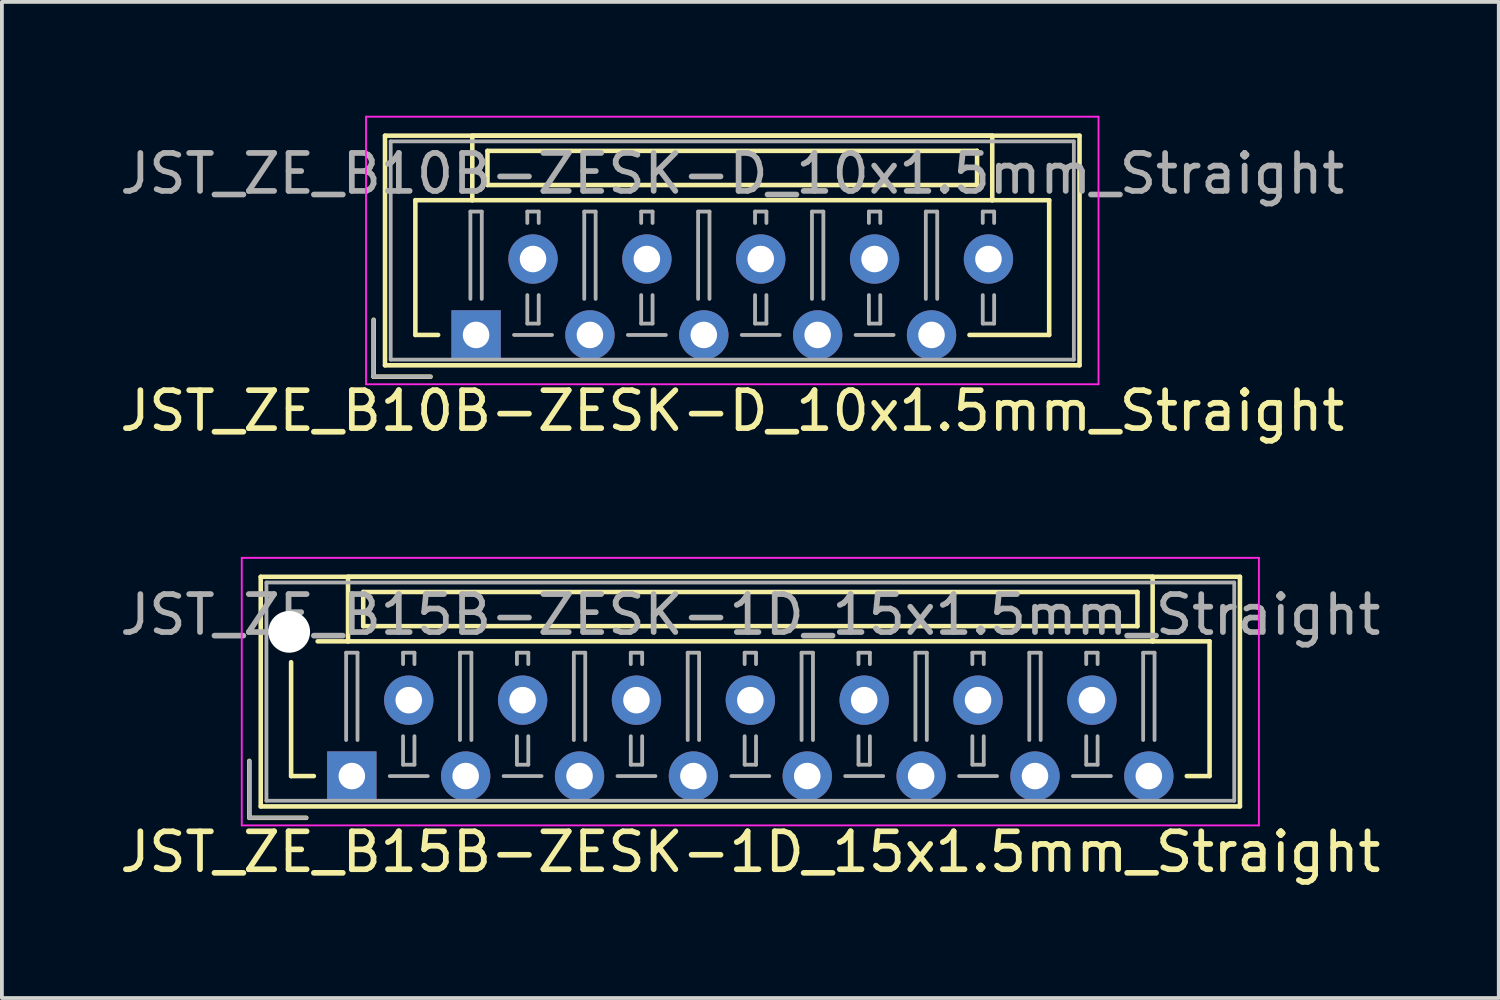
<source format=kicad_pcb>
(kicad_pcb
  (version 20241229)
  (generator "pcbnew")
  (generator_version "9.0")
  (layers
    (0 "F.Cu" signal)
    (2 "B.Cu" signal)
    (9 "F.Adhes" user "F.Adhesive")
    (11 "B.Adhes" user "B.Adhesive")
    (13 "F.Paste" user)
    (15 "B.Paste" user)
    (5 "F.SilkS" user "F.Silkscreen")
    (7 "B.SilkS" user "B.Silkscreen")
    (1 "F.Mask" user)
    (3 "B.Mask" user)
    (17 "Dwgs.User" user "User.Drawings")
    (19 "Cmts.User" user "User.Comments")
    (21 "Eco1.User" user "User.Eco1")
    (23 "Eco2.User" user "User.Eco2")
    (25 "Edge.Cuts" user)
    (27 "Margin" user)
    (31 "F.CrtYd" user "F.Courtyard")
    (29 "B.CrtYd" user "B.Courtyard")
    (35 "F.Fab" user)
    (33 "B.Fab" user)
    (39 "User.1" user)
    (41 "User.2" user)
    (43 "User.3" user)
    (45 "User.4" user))
  (footprint "JST_ZE_B15B-ZESK-1D_15x1.5mm_Straight"
    (layer "F.Cu")
    (at 6.22 17.398)
    (property "Reference" "JST_ZE_B15B-ZESK-1D_15x1.5mm_Straight" (at 10.5 2 0) (layer "F.SilkS") (effects (font (size 1 1) (thickness 0.15))))
    (attr through_hole)
    (fp_line (start -2.7 -0.4) (end -2.7 1.1) (stroke (width 0.12) (type solid)) (layer "F.SilkS"))
    (fp_line (start -2.7 1.1) (end -1.2 1.1) (stroke (width 0.12) (type solid)) (layer "F.SilkS"))
    (fp_line (start -2.4 -5.25) (end -2.4 0.8) (stroke (width 0.12) (type solid)) (layer "F.SilkS"))
    (fp_line (start -2.4 0.8) (end 23.4 0.8) (stroke (width 0.12) (type solid)) (layer "F.SilkS"))
    (fp_line (start -1.6 -3) (end -1.6 0) (stroke (width 0.12) (type solid)) (layer "F.SilkS"))
    (fp_line (start -1.6 0) (end -1 0) (stroke (width 0.12) (type solid)) (layer "F.SilkS"))
    (fp_line (start -0.1 -5.25) (end -0.1 -3.55) (stroke (width 0.12) (type solid)) (layer "F.SilkS"))
    (fp_line (start -0.1 -3.55) (end -0.9 -3.55) (stroke (width 0.12) (type solid)) (layer "F.SilkS"))
    (fp_line (start -0.1 -3.55) (end 21.1 -3.55) (stroke (width 0.12) (type solid)) (layer "F.SilkS"))
    (fp_line (start 0.3 -4.85) (end 0.3 -3.95) (stroke (width 0.12) (type solid)) (layer "F.SilkS"))
    (fp_line (start 0.3 -3.95) (end 20.7 -3.95) (stroke (width 0.12) (type solid)) (layer "F.SilkS"))
    (fp_line (start 20.7 -4.85) (end 0.3 -4.85) (stroke (width 0.12) (type solid)) (layer "F.SilkS"))
    (fp_line (start 20.7 -3.95) (end 20.7 -4.85) (stroke (width 0.12) (type solid)) (layer "F.SilkS"))
    (fp_line (start 21.1 -5.25) (end -0.1 -5.25) (stroke (width 0.12) (type solid)) (layer "F.SilkS"))
    (fp_line (start 21.1 -3.55) (end 21.1 -5.25) (stroke (width 0.12) (type solid)) (layer "F.SilkS"))
    (fp_line (start 21.1 -3.55) (end 22.6 -3.55) (stroke (width 0.12) (type solid)) (layer "F.SilkS"))
    (fp_line (start 22.6 -3.55) (end 22.6 0) (stroke (width 0.12) (type solid)) (layer "F.SilkS"))
    (fp_line (start 22.6 0) (end 22 0) (stroke (width 0.12) (type solid)) (layer "F.SilkS"))
    (fp_line (start 23.4 -5.25) (end -2.4 -5.25) (stroke (width 0.12) (type solid)) (layer "F.SilkS"))
    (fp_line (start 23.4 0.8) (end 23.4 -5.25) (stroke (width 0.12) (type solid)) (layer "F.SilkS"))
    (fp_line (start -2.9 -5.75) (end -2.9 1.3) (stroke (width 0.05) (type solid)) (layer "F.CrtYd"))
    (fp_line (start -2.9 1.3) (end 23.9 1.3) (stroke (width 0.05) (type solid)) (layer "F.CrtYd"))
    (fp_line (start 23.9 -5.75) (end -2.9 -5.75) (stroke (width 0.05) (type solid)) (layer "F.CrtYd"))
    (fp_line (start 23.9 1.3) (end 23.9 -5.75) (stroke (width 0.05) (type solid)) (layer "F.CrtYd"))
    (fp_line (start -2.7 -0.4) (end -2.7 1.1) (stroke (width 0.1) (type solid)) (layer "F.Fab"))
    (fp_line (start -2.7 1.1) (end -1.2 1.1) (stroke (width 0.1) (type solid)) (layer "F.Fab"))
    (fp_line (start -2.25 -5.1) (end -2.25 0.65) (stroke (width 0.1) (type solid)) (layer "F.Fab"))
    (fp_line (start -2.25 0.65) (end 23.25 0.65) (stroke (width 0.1) (type solid)) (layer "F.Fab"))
    (fp_line (start -0.15 -3.25) (end 0.15 -3.25) (stroke (width 0.1) (type solid)) (layer "F.Fab"))
    (fp_line (start -0.15 -0.95) (end -0.15 -3.25) (stroke (width 0.1) (type solid)) (layer "F.Fab"))
    (fp_line (start 0.15 -3.25) (end 0.15 -0.95) (stroke (width 0.1) (type solid)) (layer "F.Fab"))
    (fp_line (start 1 0) (end 2 0) (stroke (width 0.1) (type solid)) (layer "F.Fab"))
    (fp_line (start 1.35 -3.25) (end 1.65 -3.25) (stroke (width 0.1) (type solid)) (layer "F.Fab"))
    (fp_line (start 1.35 -2.95) (end 1.35 -3.25) (stroke (width 0.1) (type solid)) (layer "F.Fab"))
    (fp_line (start 1.35 -1.05) (end 1.35 -0.3) (stroke (width 0.1) (type solid)) (layer "F.Fab"))
    (fp_line (start 1.35 -0.3) (end 1.65 -0.3) (stroke (width 0.1) (type solid)) (layer "F.Fab"))
    (fp_line (start 1.65 -3.25) (end 1.65 -2.95) (stroke (width 0.1) (type solid)) (layer "F.Fab"))
    (fp_line (start 1.65 -0.3) (end 1.65 -1.05) (stroke (width 0.1) (type solid)) (layer "F.Fab"))
    (fp_line (start 2.85 -3.25) (end 3.15 -3.25) (stroke (width 0.1) (type solid)) (layer "F.Fab"))
    (fp_line (start 2.85 -0.95) (end 2.85 -3.25) (stroke (width 0.1) (type solid)) (layer "F.Fab"))
    (fp_line (start 3.15 -3.25) (end 3.15 -0.95) (stroke (width 0.1) (type solid)) (layer "F.Fab"))
    (fp_line (start 4 0) (end 5 0) (stroke (width 0.1) (type solid)) (layer "F.Fab"))
    (fp_line (start 4.35 -3.25) (end 4.65 -3.25) (stroke (width 0.1) (type solid)) (layer "F.Fab"))
    (fp_line (start 4.35 -2.95) (end 4.35 -3.25) (stroke (width 0.1) (type solid)) (layer "F.Fab"))
    (fp_line (start 4.35 -1.05) (end 4.35 -0.3) (stroke (width 0.1) (type solid)) (layer "F.Fab"))
    (fp_line (start 4.35 -0.3) (end 4.65 -0.3) (stroke (width 0.1) (type solid)) (layer "F.Fab"))
    (fp_line (start 4.65 -3.25) (end 4.65 -2.95) (stroke (width 0.1) (type solid)) (layer "F.Fab"))
    (fp_line (start 4.65 -0.3) (end 4.65 -1.05) (stroke (width 0.1) (type solid)) (layer "F.Fab"))
    (fp_line (start 5.85 -3.25) (end 6.15 -3.25) (stroke (width 0.1) (type solid)) (layer "F.Fab"))
    (fp_line (start 5.85 -0.95) (end 5.85 -3.25) (stroke (width 0.1) (type solid)) (layer "F.Fab"))
    (fp_line (start 6.15 -3.25) (end 6.15 -0.95) (stroke (width 0.1) (type solid)) (layer "F.Fab"))
    (fp_line (start 7 0) (end 8 0) (stroke (width 0.1) (type solid)) (layer "F.Fab"))
    (fp_line (start 7.35 -3.25) (end 7.65 -3.25) (stroke (width 0.1) (type solid)) (layer "F.Fab"))
    (fp_line (start 7.35 -2.95) (end 7.35 -3.25) (stroke (width 0.1) (type solid)) (layer "F.Fab"))
    (fp_line (start 7.35 -1.05) (end 7.35 -0.3) (stroke (width 0.1) (type solid)) (layer "F.Fab"))
    (fp_line (start 7.35 -0.3) (end 7.65 -0.3) (stroke (width 0.1) (type solid)) (layer "F.Fab"))
    (fp_line (start 7.65 -3.25) (end 7.65 -2.95) (stroke (width 0.1) (type solid)) (layer "F.Fab"))
    (fp_line (start 7.65 -0.3) (end 7.65 -1.05) (stroke (width 0.1) (type solid)) (layer "F.Fab"))
    (fp_line (start 8.85 -3.25) (end 9.15 -3.25) (stroke (width 0.1) (type solid)) (layer "F.Fab"))
    (fp_line (start 8.85 -0.95) (end 8.85 -3.25) (stroke (width 0.1) (type solid)) (layer "F.Fab"))
    (fp_line (start 9.15 -3.25) (end 9.15 -0.95) (stroke (width 0.1) (type solid)) (layer "F.Fab"))
    (fp_line (start 10 0) (end 11 0) (stroke (width 0.1) (type solid)) (layer "F.Fab"))
    (fp_line (start 10.35 -3.25) (end 10.65 -3.25) (stroke (width 0.1) (type solid)) (layer "F.Fab"))
    (fp_line (start 10.35 -2.95) (end 10.35 -3.25) (stroke (width 0.1) (type solid)) (layer "F.Fab"))
    (fp_line (start 10.35 -1.05) (end 10.35 -0.3) (stroke (width 0.1) (type solid)) (layer "F.Fab"))
    (fp_line (start 10.35 -0.3) (end 10.65 -0.3) (stroke (width 0.1) (type solid)) (layer "F.Fab"))
    (fp_line (start 10.65 -3.25) (end 10.65 -2.95) (stroke (width 0.1) (type solid)) (layer "F.Fab"))
    (fp_line (start 10.65 -0.3) (end 10.65 -1.05) (stroke (width 0.1) (type solid)) (layer "F.Fab"))
    (fp_line (start 11.85 -3.25) (end 12.15 -3.25) (stroke (width 0.1) (type solid)) (layer "F.Fab"))
    (fp_line (start 11.85 -0.95) (end 11.85 -3.25) (stroke (width 0.1) (type solid)) (layer "F.Fab"))
    (fp_line (start 12.15 -3.25) (end 12.15 -0.95) (stroke (width 0.1) (type solid)) (layer "F.Fab"))
    (fp_line (start 13 0) (end 14 0) (stroke (width 0.1) (type solid)) (layer "F.Fab"))
    (fp_line (start 13.35 -3.25) (end 13.65 -3.25) (stroke (width 0.1) (type solid)) (layer "F.Fab"))
    (fp_line (start 13.35 -2.95) (end 13.35 -3.25) (stroke (width 0.1) (type solid)) (layer "F.Fab"))
    (fp_line (start 13.35 -1.05) (end 13.35 -0.3) (stroke (width 0.1) (type solid)) (layer "F.Fab"))
    (fp_line (start 13.35 -0.3) (end 13.65 -0.3) (stroke (width 0.1) (type solid)) (layer "F.Fab"))
    (fp_line (start 13.65 -3.25) (end 13.65 -2.95) (stroke (width 0.1) (type solid)) (layer "F.Fab"))
    (fp_line (start 13.65 -0.3) (end 13.65 -1.05) (stroke (width 0.1) (type solid)) (layer "F.Fab"))
    (fp_line (start 14.85 -3.25) (end 15.15 -3.25) (stroke (width 0.1) (type solid)) (layer "F.Fab"))
    (fp_line (start 14.85 -0.95) (end 14.85 -3.25) (stroke (width 0.1) (type solid)) (layer "F.Fab"))
    (fp_line (start 15.15 -3.25) (end 15.15 -0.95) (stroke (width 0.1) (type solid)) (layer "F.Fab"))
    (fp_line (start 16 0) (end 17 0) (stroke (width 0.1) (type solid)) (layer "F.Fab"))
    (fp_line (start 16.35 -3.25) (end 16.65 -3.25) (stroke (width 0.1) (type solid)) (layer "F.Fab"))
    (fp_line (start 16.35 -2.95) (end 16.35 -3.25) (stroke (width 0.1) (type solid)) (layer "F.Fab"))
    (fp_line (start 16.35 -1.05) (end 16.35 -0.3) (stroke (width 0.1) (type solid)) (layer "F.Fab"))
    (fp_line (start 16.35 -0.3) (end 16.65 -0.3) (stroke (width 0.1) (type solid)) (layer "F.Fab"))
    (fp_line (start 16.65 -3.25) (end 16.65 -2.95) (stroke (width 0.1) (type solid)) (layer "F.Fab"))
    (fp_line (start 16.65 -0.3) (end 16.65 -1.05) (stroke (width 0.1) (type solid)) (layer "F.Fab"))
    (fp_line (start 17.85 -3.25) (end 18.15 -3.25) (stroke (width 0.1) (type solid)) (layer "F.Fab"))
    (fp_line (start 17.85 -0.95) (end 17.85 -3.25) (stroke (width 0.1) (type solid)) (layer "F.Fab"))
    (fp_line (start 18.15 -3.25) (end 18.15 -0.95) (stroke (width 0.1) (type solid)) (layer "F.Fab"))
    (fp_line (start 19 0) (end 20 0) (stroke (width 0.1) (type solid)) (layer "F.Fab"))
    (fp_line (start 19.35 -3.25) (end 19.65 -3.25) (stroke (width 0.1) (type solid)) (layer "F.Fab"))
    (fp_line (start 19.35 -2.95) (end 19.35 -3.25) (stroke (width 0.1) (type solid)) (layer "F.Fab"))
    (fp_line (start 19.35 -1.05) (end 19.35 -0.3) (stroke (width 0.1) (type solid)) (layer "F.Fab"))
    (fp_line (start 19.35 -0.3) (end 19.65 -0.3) (stroke (width 0.1) (type solid)) (layer "F.Fab"))
    (fp_line (start 19.65 -3.25) (end 19.65 -2.95) (stroke (width 0.1) (type solid)) (layer "F.Fab"))
    (fp_line (start 19.65 -0.3) (end 19.65 -1.05) (stroke (width 0.1) (type solid)) (layer "F.Fab"))
    (fp_line (start 20.85 -3.25) (end 21.15 -3.25) (stroke (width 0.1) (type solid)) (layer "F.Fab"))
    (fp_line (start 20.85 -0.95) (end 20.85 -3.25) (stroke (width 0.1) (type solid)) (layer "F.Fab"))
    (fp_line (start 21.15 -3.25) (end 21.15 -0.95) (stroke (width 0.1) (type solid)) (layer "F.Fab"))
    (fp_line (start 23.25 -5.1) (end -2.25 -5.1) (stroke (width 0.1) (type solid)) (layer "F.Fab"))
    (fp_line (start 23.25 0.65) (end 23.25 -5.1) (stroke (width 0.1) (type solid)) (layer "F.Fab"))
    (fp_text user "${REFERENCE}" (at 10.5 -4.25 0) (layer "F.Fab") (effects (font (size 1 1) (thickness 0.15))))
    (pad "" np_thru_hole circle (at -1.65 -3.8) (size 1.1 1.1) (drill 1.1) (layers "*.Cu"))
    (pad "1" thru_hole rect (at 0 0) (size 1.3 1.3) (drill 0.7) (layers "*.Cu" "*.Mask"))
    (pad "2" thru_hole circle (at 1.5 -2) (size 1.3 1.3) (drill 0.7) (layers "*.Cu" "*.Mask"))
    (pad "3" thru_hole circle (at 3 0) (size 1.3 1.3) (drill 0.7) (layers "*.Cu" "*.Mask"))
    (pad "4" thru_hole circle (at 4.5 -2) (size 1.3 1.3) (drill 0.7) (layers "*.Cu" "*.Mask"))
    (pad "5" thru_hole circle (at 6 0) (size 1.3 1.3) (drill 0.7) (layers "*.Cu" "*.Mask"))
    (pad "6" thru_hole circle (at 7.5 -2) (size 1.3 1.3) (drill 0.7) (layers "*.Cu" "*.Mask"))
    (pad "7" thru_hole circle (at 9 0) (size 1.3 1.3) (drill 0.7) (layers "*.Cu" "*.Mask"))
    (pad "8" thru_hole circle (at 10.5 -2) (size 1.3 1.3) (drill 0.7) (layers "*.Cu" "*.Mask"))
    (pad "9" thru_hole circle (at 12 0) (size 1.3 1.3) (drill 0.7) (layers "*.Cu" "*.Mask"))
    (pad "10" thru_hole circle (at 13.5 -2) (size 1.3 1.3) (drill 0.7) (layers "*.Cu" "*.Mask"))
    (pad "11" thru_hole circle (at 15 0) (size 1.3 1.3) (drill 0.7) (layers "*.Cu" "*.Mask"))
    (pad "12" thru_hole circle (at 16.5 -2) (size 1.3 1.3) (drill 0.7) (layers "*.Cu" "*.Mask"))
    (pad "13" thru_hole circle (at 18 0) (size 1.3 1.3) (drill 0.7) (layers "*.Cu" "*.Mask"))
    (pad "14" thru_hole circle (at 19.5 -2) (size 1.3 1.3) (drill 0.7) (layers "*.Cu" "*.Mask"))
    (pad "15" thru_hole circle (at 21 0) (size 1.3 1.3) (drill 0.7) (layers "*.Cu" "*.Mask")))
  (footprint "JST_ZE_B10B-ZESK-D_10x1.5mm_Straight"
    (layer "F.Cu")
    (at 9.494 5.775)
    (property "Reference" "JST_ZE_B10B-ZESK-D_10x1.5mm_Straight" (at 6.75 2 0) (layer "F.SilkS") (effects (font (size 1 1) (thickness 0.15))))
    (attr through_hole)
    (fp_line (start -2.7 -0.4) (end -2.7 1.1) (stroke (width 0.12) (type solid)) (layer "F.SilkS"))
    (fp_line (start -2.7 1.1) (end -1.2 1.1) (stroke (width 0.12) (type solid)) (layer "F.SilkS"))
    (fp_line (start -2.4 -5.25) (end -2.4 0.8) (stroke (width 0.12) (type solid)) (layer "F.SilkS"))
    (fp_line (start -2.4 0.8) (end 15.9 0.8) (stroke (width 0.12) (type solid)) (layer "F.SilkS"))
    (fp_line (start -1.6 -3.55) (end -1.6 0) (stroke (width 0.12) (type solid)) (layer "F.SilkS"))
    (fp_line (start -1.6 0) (end -1 0) (stroke (width 0.12) (type solid)) (layer "F.SilkS"))
    (fp_line (start -0.1 -5.25) (end -0.1 -3.55) (stroke (width 0.12) (type solid)) (layer "F.SilkS"))
    (fp_line (start -0.1 -3.55) (end -1.6 -3.55) (stroke (width 0.12) (type solid)) (layer "F.SilkS"))
    (fp_line (start -0.1 -3.55) (end 13.6 -3.55) (stroke (width 0.12) (type solid)) (layer "F.SilkS"))
    (fp_line (start 0.3 -4.85) (end 0.3 -3.95) (stroke (width 0.12) (type solid)) (layer "F.SilkS"))
    (fp_line (start 0.3 -3.95) (end 13.2 -3.95) (stroke (width 0.12) (type solid)) (layer "F.SilkS"))
    (fp_line (start 13.2 -4.85) (end 0.3 -4.85) (stroke (width 0.12) (type solid)) (layer "F.SilkS"))
    (fp_line (start 13.2 -3.95) (end 13.2 -4.85) (stroke (width 0.12) (type solid)) (layer "F.SilkS"))
    (fp_line (start 13.6 -5.25) (end -0.1 -5.25) (stroke (width 0.12) (type solid)) (layer "F.SilkS"))
    (fp_line (start 13.6 -3.55) (end 13.6 -5.25) (stroke (width 0.12) (type solid)) (layer "F.SilkS"))
    (fp_line (start 13.6 -3.55) (end 15.1 -3.55) (stroke (width 0.12) (type solid)) (layer "F.SilkS"))
    (fp_line (start 15.1 -3.55) (end 15.1 0) (stroke (width 0.12) (type solid)) (layer "F.SilkS"))
    (fp_line (start 15.1 0) (end 13 0) (stroke (width 0.12) (type solid)) (layer "F.SilkS"))
    (fp_line (start 15.9 -5.25) (end -2.4 -5.25) (stroke (width 0.12) (type solid)) (layer "F.SilkS"))
    (fp_line (start 15.9 0.8) (end 15.9 -5.25) (stroke (width 0.12) (type solid)) (layer "F.SilkS"))
    (fp_line (start -2.9 -5.75) (end -2.9 1.3) (stroke (width 0.05) (type solid)) (layer "F.CrtYd"))
    (fp_line (start -2.9 1.3) (end 16.4 1.3) (stroke (width 0.05) (type solid)) (layer "F.CrtYd"))
    (fp_line (start 16.4 -5.75) (end -2.9 -5.75) (stroke (width 0.05) (type solid)) (layer "F.CrtYd"))
    (fp_line (start 16.4 1.3) (end 16.4 -5.75) (stroke (width 0.05) (type solid)) (layer "F.CrtYd"))
    (fp_line (start -2.7 -0.4) (end -2.7 1.1) (stroke (width 0.1) (type solid)) (layer "F.Fab"))
    (fp_line (start -2.7 1.1) (end -1.2 1.1) (stroke (width 0.1) (type solid)) (layer "F.Fab"))
    (fp_line (start -2.25 -5.1) (end -2.25 0.65) (stroke (width 0.1) (type solid)) (layer "F.Fab"))
    (fp_line (start -2.25 0.65) (end 15.75 0.65) (stroke (width 0.1) (type solid)) (layer "F.Fab"))
    (fp_line (start -0.15 -3.25) (end 0.15 -3.25) (stroke (width 0.1) (type solid)) (layer "F.Fab"))
    (fp_line (start -0.15 -0.95) (end -0.15 -3.25) (stroke (width 0.1) (type solid)) (layer "F.Fab"))
    (fp_line (start 0.15 -3.25) (end 0.15 -0.95) (stroke (width 0.1) (type solid)) (layer "F.Fab"))
    (fp_line (start 1 0) (end 2 0) (stroke (width 0.1) (type solid)) (layer "F.Fab"))
    (fp_line (start 1.35 -3.25) (end 1.65 -3.25) (stroke (width 0.1) (type solid)) (layer "F.Fab"))
    (fp_line (start 1.35 -2.95) (end 1.35 -3.25) (stroke (width 0.1) (type solid)) (layer "F.Fab"))
    (fp_line (start 1.35 -1.05) (end 1.35 -0.3) (stroke (width 0.1) (type solid)) (layer "F.Fab"))
    (fp_line (start 1.35 -0.3) (end 1.65 -0.3) (stroke (width 0.1) (type solid)) (layer "F.Fab"))
    (fp_line (start 1.65 -3.25) (end 1.65 -2.95) (stroke (width 0.1) (type solid)) (layer "F.Fab"))
    (fp_line (start 1.65 -0.3) (end 1.65 -1.05) (stroke (width 0.1) (type solid)) (layer "F.Fab"))
    (fp_line (start 2.85 -3.25) (end 3.15 -3.25) (stroke (width 0.1) (type solid)) (layer "F.Fab"))
    (fp_line (start 2.85 -0.95) (end 2.85 -3.25) (stroke (width 0.1) (type solid)) (layer "F.Fab"))
    (fp_line (start 3.15 -3.25) (end 3.15 -0.95) (stroke (width 0.1) (type solid)) (layer "F.Fab"))
    (fp_line (start 4 0) (end 5 0) (stroke (width 0.1) (type solid)) (layer "F.Fab"))
    (fp_line (start 4.35 -3.25) (end 4.65 -3.25) (stroke (width 0.1) (type solid)) (layer "F.Fab"))
    (fp_line (start 4.35 -2.95) (end 4.35 -3.25) (stroke (width 0.1) (type solid)) (layer "F.Fab"))
    (fp_line (start 4.35 -1.05) (end 4.35 -0.3) (stroke (width 0.1) (type solid)) (layer "F.Fab"))
    (fp_line (start 4.35 -0.3) (end 4.65 -0.3) (stroke (width 0.1) (type solid)) (layer "F.Fab"))
    (fp_line (start 4.65 -3.25) (end 4.65 -2.95) (stroke (width 0.1) (type solid)) (layer "F.Fab"))
    (fp_line (start 4.65 -0.3) (end 4.65 -1.05) (stroke (width 0.1) (type solid)) (layer "F.Fab"))
    (fp_line (start 5.85 -3.25) (end 6.15 -3.25) (stroke (width 0.1) (type solid)) (layer "F.Fab"))
    (fp_line (start 5.85 -0.95) (end 5.85 -3.25) (stroke (width 0.1) (type solid)) (layer "F.Fab"))
    (fp_line (start 6.15 -3.25) (end 6.15 -0.95) (stroke (width 0.1) (type solid)) (layer "F.Fab"))
    (fp_line (start 7 0) (end 8 0) (stroke (width 0.1) (type solid)) (layer "F.Fab"))
    (fp_line (start 7.35 -3.25) (end 7.65 -3.25) (stroke (width 0.1) (type solid)) (layer "F.Fab"))
    (fp_line (start 7.35 -2.95) (end 7.35 -3.25) (stroke (width 0.1) (type solid)) (layer "F.Fab"))
    (fp_line (start 7.35 -1.05) (end 7.35 -0.3) (stroke (width 0.1) (type solid)) (layer "F.Fab"))
    (fp_line (start 7.35 -0.3) (end 7.65 -0.3) (stroke (width 0.1) (type solid)) (layer "F.Fab"))
    (fp_line (start 7.65 -3.25) (end 7.65 -2.95) (stroke (width 0.1) (type solid)) (layer "F.Fab"))
    (fp_line (start 7.65 -0.3) (end 7.65 -1.05) (stroke (width 0.1) (type solid)) (layer "F.Fab"))
    (fp_line (start 8.85 -3.25) (end 9.15 -3.25) (stroke (width 0.1) (type solid)) (layer "F.Fab"))
    (fp_line (start 8.85 -0.95) (end 8.85 -3.25) (stroke (width 0.1) (type solid)) (layer "F.Fab"))
    (fp_line (start 9.15 -3.25) (end 9.15 -0.95) (stroke (width 0.1) (type solid)) (layer "F.Fab"))
    (fp_line (start 10 0) (end 11 0) (stroke (width 0.1) (type solid)) (layer "F.Fab"))
    (fp_line (start 10.35 -3.25) (end 10.65 -3.25) (stroke (width 0.1) (type solid)) (layer "F.Fab"))
    (fp_line (start 10.35 -2.95) (end 10.35 -3.25) (stroke (width 0.1) (type solid)) (layer "F.Fab"))
    (fp_line (start 10.35 -1.05) (end 10.35 -0.3) (stroke (width 0.1) (type solid)) (layer "F.Fab"))
    (fp_line (start 10.35 -0.3) (end 10.65 -0.3) (stroke (width 0.1) (type solid)) (layer "F.Fab"))
    (fp_line (start 10.65 -3.25) (end 10.65 -2.95) (stroke (width 0.1) (type solid)) (layer "F.Fab"))
    (fp_line (start 10.65 -0.3) (end 10.65 -1.05) (stroke (width 0.1) (type solid)) (layer "F.Fab"))
    (fp_line (start 11.85 -3.25) (end 12.15 -3.25) (stroke (width 0.1) (type solid)) (layer "F.Fab"))
    (fp_line (start 11.85 -0.95) (end 11.85 -3.25) (stroke (width 0.1) (type solid)) (layer "F.Fab"))
    (fp_line (start 12.15 -3.25) (end 12.15 -0.95) (stroke (width 0.1) (type solid)) (layer "F.Fab"))
    (fp_line (start 13.35 -3.25) (end 13.65 -3.25) (stroke (width 0.1) (type solid)) (layer "F.Fab"))
    (fp_line (start 13.35 -2.95) (end 13.35 -3.25) (stroke (width 0.1) (type solid)) (layer "F.Fab"))
    (fp_line (start 13.35 -1.05) (end 13.35 -0.3) (stroke (width 0.1) (type solid)) (layer "F.Fab"))
    (fp_line (start 13.35 -0.3) (end 13.65 -0.3) (stroke (width 0.1) (type solid)) (layer "F.Fab"))
    (fp_line (start 13.65 -3.25) (end 13.65 -2.95) (stroke (width 0.1) (type solid)) (layer "F.Fab"))
    (fp_line (start 13.65 -0.3) (end 13.65 -1.05) (stroke (width 0.1) (type solid)) (layer "F.Fab"))
    (fp_line (start 15.75 -5.1) (end -2.25 -5.1) (stroke (width 0.1) (type solid)) (layer "F.Fab"))
    (fp_line (start 15.75 0.65) (end 15.75 -5.1) (stroke (width 0.1) (type solid)) (layer "F.Fab"))
    (fp_text user "${REFERENCE}" (at 6.75 -4.25 0) (layer "F.Fab") (effects (font (size 1 1) (thickness 0.15))))
    (pad "1" thru_hole rect (at 0 0) (size 1.3 1.3) (drill 0.7) (layers "*.Cu" "*.Mask"))
    (pad "2" thru_hole circle (at 1.5 -2) (size 1.3 1.3) (drill 0.7) (layers "*.Cu" "*.Mask"))
    (pad "3" thru_hole circle (at 3 0) (size 1.3 1.3) (drill 0.7) (layers "*.Cu" "*.Mask"))
    (pad "4" thru_hole circle (at 4.5 -2) (size 1.3 1.3) (drill 0.7) (layers "*.Cu" "*.Mask"))
    (pad "5" thru_hole circle (at 6 0) (size 1.3 1.3) (drill 0.7) (layers "*.Cu" "*.Mask"))
    (pad "6" thru_hole circle (at 7.5 -2) (size 1.3 1.3) (drill 0.7) (layers "*.Cu" "*.Mask"))
    (pad "7" thru_hole circle (at 9 0) (size 1.3 1.3) (drill 0.7) (layers "*.Cu" "*.Mask"))
    (pad "8" thru_hole circle (at 10.5 -2) (size 1.3 1.3) (drill 0.7) (layers "*.Cu" "*.Mask"))
    (pad "9" thru_hole circle (at 12 0) (size 1.3 1.3) (drill 0.7) (layers "*.Cu" "*.Mask"))
    (pad "10" thru_hole circle (at 13.5 -2) (size 1.3 1.3) (drill 0.7) (layers "*.Cu" "*.Mask")))
  (gr_rect
    (start -3 -3)
    (end 36.44 23.247)
    (stroke (width 0.1) (type default))
    (fill no)
    (layer "Edge.Cuts")))
</source>
